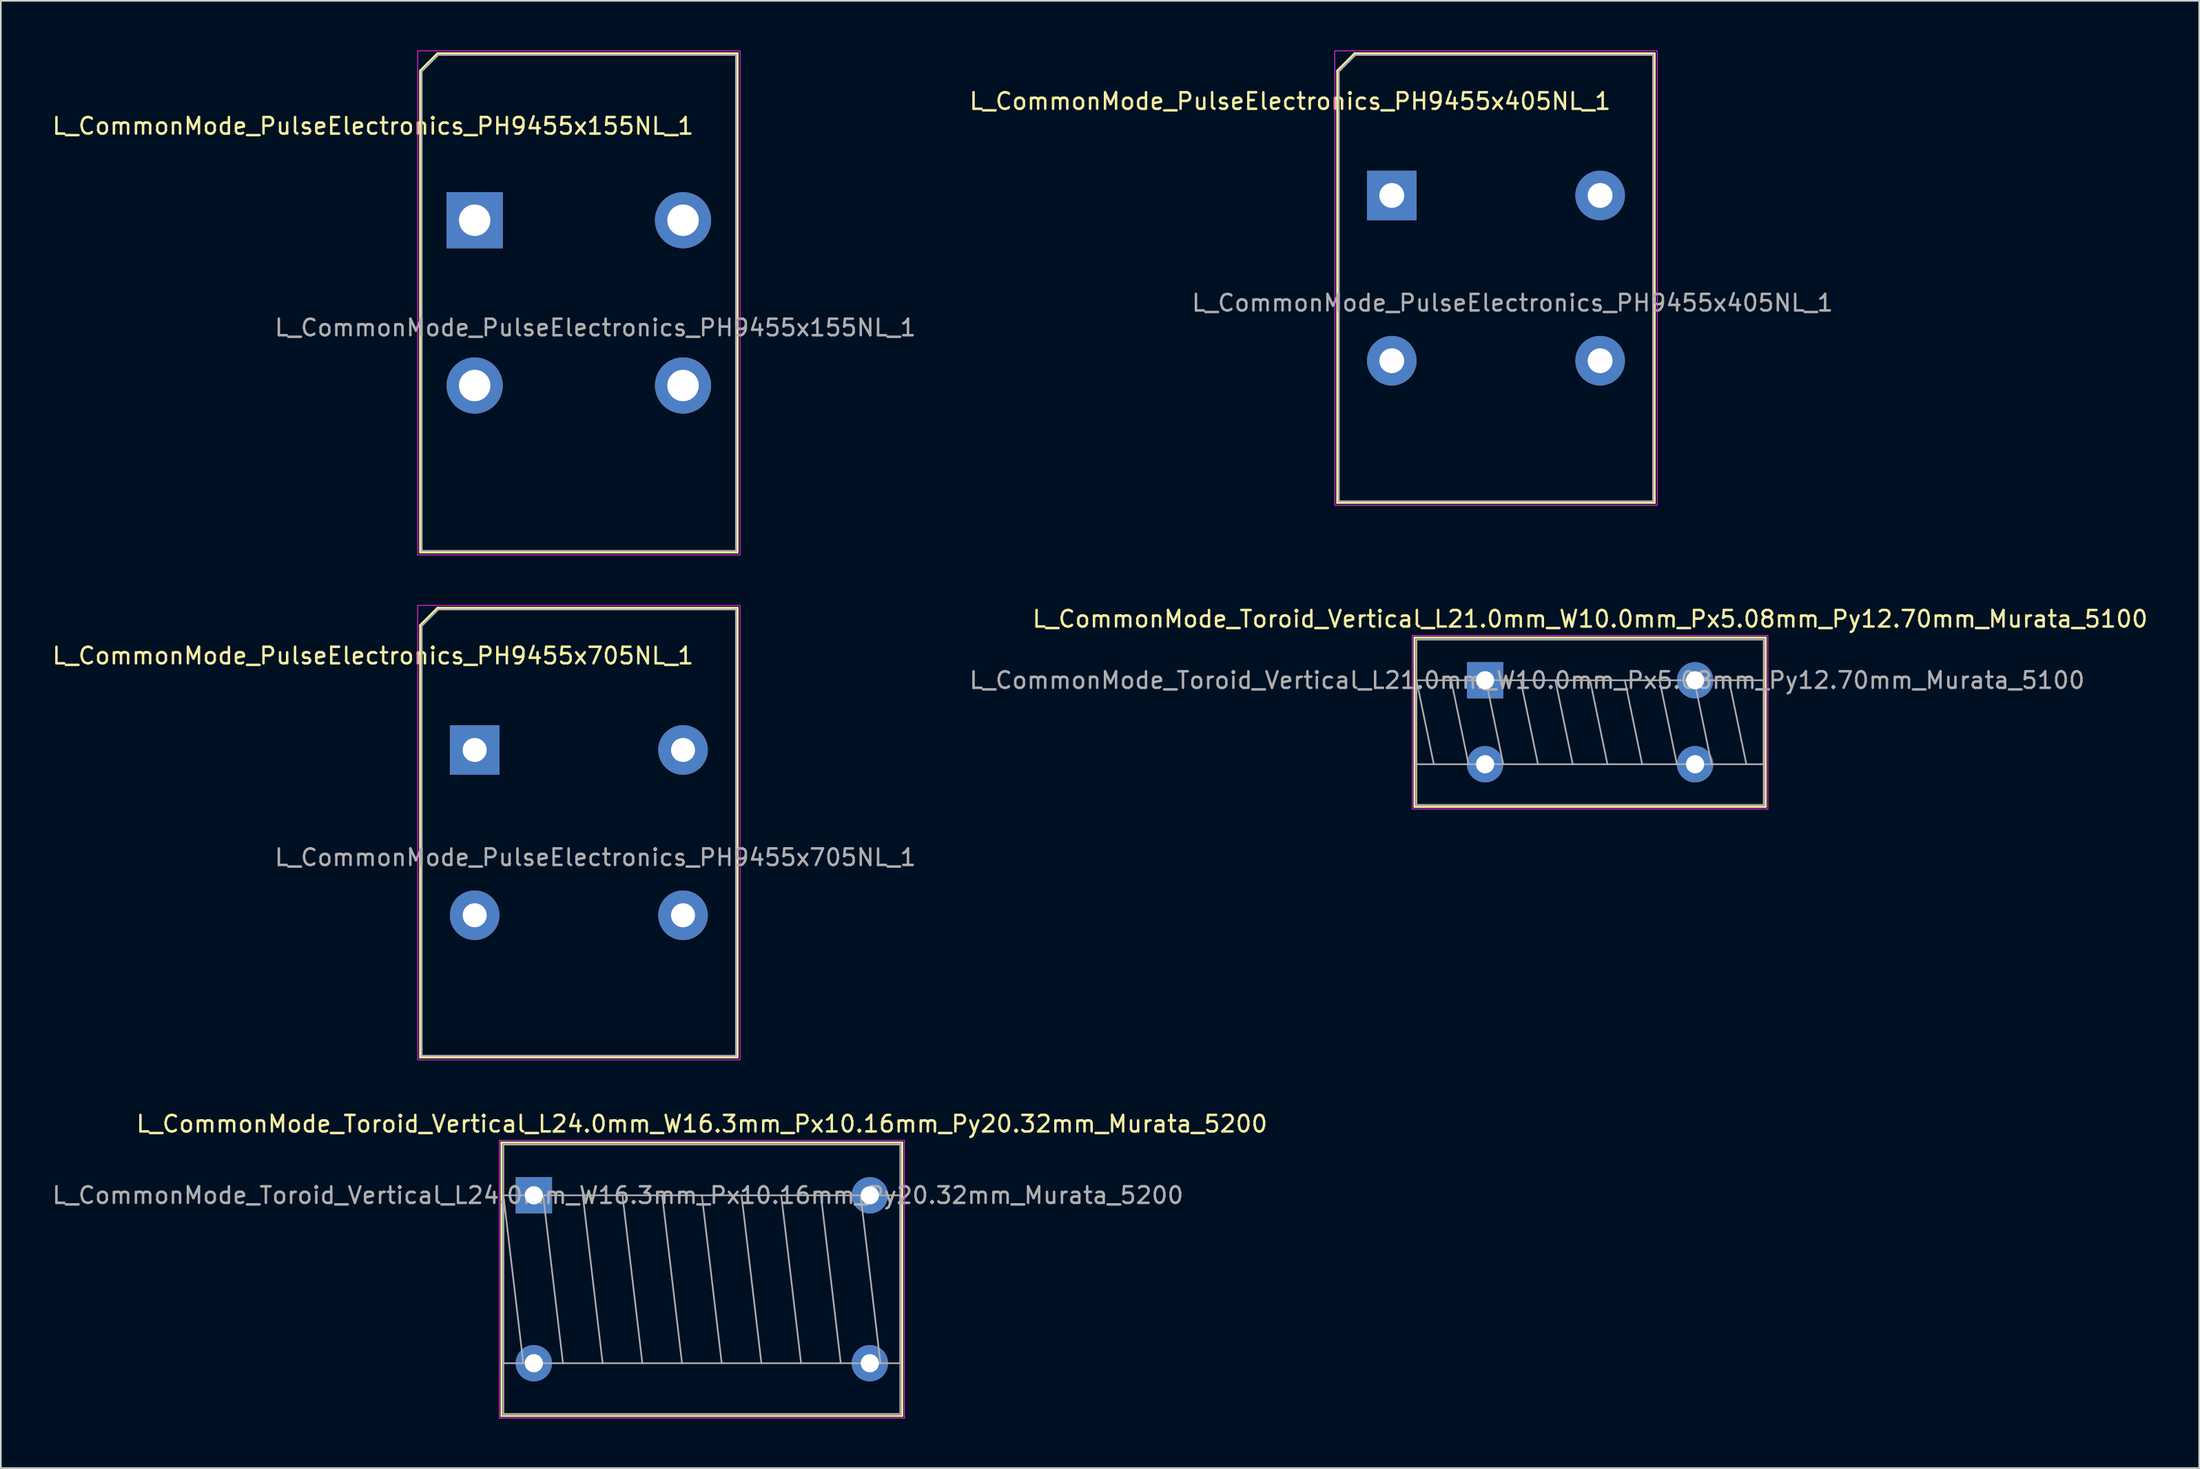
<source format=kicad_pcb>
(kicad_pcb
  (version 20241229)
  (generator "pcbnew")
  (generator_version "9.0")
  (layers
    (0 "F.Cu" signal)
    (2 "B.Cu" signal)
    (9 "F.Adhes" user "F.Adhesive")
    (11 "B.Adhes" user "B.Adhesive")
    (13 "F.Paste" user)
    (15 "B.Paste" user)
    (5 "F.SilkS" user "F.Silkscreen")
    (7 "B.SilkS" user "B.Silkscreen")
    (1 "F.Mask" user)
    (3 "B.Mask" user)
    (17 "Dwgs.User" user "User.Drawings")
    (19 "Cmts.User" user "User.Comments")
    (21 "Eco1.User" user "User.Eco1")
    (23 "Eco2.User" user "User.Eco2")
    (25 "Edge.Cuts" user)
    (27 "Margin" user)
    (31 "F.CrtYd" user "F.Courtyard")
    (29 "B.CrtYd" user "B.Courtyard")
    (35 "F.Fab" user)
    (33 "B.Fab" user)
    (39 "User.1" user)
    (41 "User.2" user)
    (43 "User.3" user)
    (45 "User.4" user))
  (footprint "L_CommonMode_PulseElectronics_PH9455x705NL_1"
    (layer "F.Cu")
    (at 25.656 42.325)
    (property "Reference" "L_CommonMode_PulseElectronics_PH9455x705NL_1" (at -6.15 -5.7 0) (unlocked yes) (layer "F.SilkS") (effects (font (size 1 1) (thickness 0.15))))
    (attr through_hole)
    (fp_line (start -3.3 -7.55) (end -3.3 18.6) (stroke (width 0.12) (type solid)) (layer "F.SilkS"))
    (fp_line (start -3.3 18.6) (end 15.9 18.6) (stroke (width 0.12) (type solid)) (layer "F.SilkS"))
    (fp_line (start -2.25 -8.6) (end -3.3 -7.55) (stroke (width 0.12) (type solid)) (layer "F.SilkS"))
    (fp_line (start 15.9 -8.6) (end -2.25 -8.6) (stroke (width 0.12) (type solid)) (layer "F.SilkS"))
    (fp_line (start 15.9 18.6) (end 15.9 -8.6) (stroke (width 0.12) (type solid)) (layer "F.SilkS"))
    (fp_rect (start -3.45 -8.75) (end 16.05 18.75) (stroke (width 0.05) (type solid)) (fill no) (layer "F.CrtYd"))
    (fp_line (start -3.2 -7.5) (end -2.2 -8.5) (stroke (width 0.1) (type solid)) (layer "F.Fab"))
    (fp_line (start -3.2 18.5) (end -3.2 -7.5) (stroke (width 0.1) (type solid)) (layer "F.Fab"))
    (fp_line (start -2.2 -8.5) (end 15.8 -8.5) (stroke (width 0.1) (type solid)) (layer "F.Fab"))
    (fp_line (start 15.8 -8.5) (end 15.8 18.5) (stroke (width 0.1) (type solid)) (layer "F.Fab"))
    (fp_line (start 15.8 18.5) (end -3.2 18.5) (stroke (width 0.1) (type solid)) (layer "F.Fab"))
    (fp_text user "${REFERENCE}" (at 7.3 6.5 0) (unlocked yes) (layer "F.Fab") (effects (font (size 1 1) (thickness 0.15))))
    (pad "1" thru_hole rect (at 0 0) (size 3 3) (drill 1.45) (layers "*.Cu" "*.Mask"))
    (pad "2" thru_hole circle (at 0 10) (size 3 3) (drill 1.45) (layers "*.Cu" "*.Mask"))
    (pad "3" thru_hole circle (at 12.6 10) (size 3 3) (drill 1.45) (layers "*.Cu" "*.Mask"))
    (pad "4" thru_hole circle (at 12.6 0) (size 3 3) (drill 1.45) (layers "*.Cu" "*.Mask")))
  (footprint "L_CommonMode_Toroid_Vertical_L24.0mm_W16.3mm_Px10.16mm_Py20.32mm_Murata_5200"
    (layer "F.Cu")
    (at 29.235 69.268)
    (property "Reference" "L_CommonMode_Toroid_Vertical_L24.0mm_W16.3mm_Px10.16mm_Py20.32mm_Murata_5200" (at 10.16 -4.32 0) (layer "F.SilkS") (effects (font (size 1 1) (thickness 0.15))))
    (attr through_hole)
    (fp_line (start -1.96 -3.19) (end -1.96 13.35) (stroke (width 0.12) (type solid)) (layer "F.SilkS"))
    (fp_line (start -1.96 -3.19) (end 22.28 -3.19) (stroke (width 0.12) (type solid)) (layer "F.SilkS"))
    (fp_line (start -1.96 13.35) (end 22.28 13.35) (stroke (width 0.12) (type solid)) (layer "F.SilkS"))
    (fp_line (start 22.28 -3.19) (end 22.28 13.35) (stroke (width 0.12) (type solid)) (layer "F.SilkS"))
    (fp_line (start -2.09 -3.32) (end -2.09 13.48) (stroke (width 0.05) (type solid)) (layer "F.CrtYd"))
    (fp_line (start -2.09 13.48) (end 22.41 13.48) (stroke (width 0.05) (type solid)) (layer "F.CrtYd"))
    (fp_line (start 22.41 -3.32) (end -2.09 -3.32) (stroke (width 0.05) (type solid)) (layer "F.CrtYd"))
    (fp_line (start 22.41 13.48) (end 22.41 -3.32) (stroke (width 0.05) (type solid)) (layer "F.CrtYd"))
    (fp_line (start -1.84 -3.07) (end -1.84 13.23) (stroke (width 0.1) (type solid)) (layer "F.Fab"))
    (fp_line (start -1.84 0) (end -1.84 10.16) (stroke (width 0.1) (type solid)) (layer "F.Fab"))
    (fp_line (start -1.84 0) (end -0.64 10.16) (stroke (width 0.1) (type solid)) (layer "F.Fab"))
    (fp_line (start -1.84 10.16) (end 22.16 10.16) (stroke (width 0.1) (type solid)) (layer "F.Fab"))
    (fp_line (start -1.84 13.23) (end 22.16 13.23) (stroke (width 0.1) (type solid)) (layer "F.Fab"))
    (fp_line (start 0.56 0) (end 1.76 10.16) (stroke (width 0.1) (type solid)) (layer "F.Fab"))
    (fp_line (start 2.96 0) (end 4.16 10.16) (stroke (width 0.1) (type solid)) (layer "F.Fab"))
    (fp_line (start 5.36 0) (end 6.56 10.16) (stroke (width 0.1) (type solid)) (layer "F.Fab"))
    (fp_line (start 7.76 0) (end 8.96 10.16) (stroke (width 0.1) (type solid)) (layer "F.Fab"))
    (fp_line (start 10.16 0) (end 11.36 10.16) (stroke (width 0.1) (type solid)) (layer "F.Fab"))
    (fp_line (start 12.56 0) (end 13.76 10.16) (stroke (width 0.1) (type solid)) (layer "F.Fab"))
    (fp_line (start 14.96 0) (end 16.16 10.16) (stroke (width 0.1) (type solid)) (layer "F.Fab"))
    (fp_line (start 17.36 0) (end 18.56 10.16) (stroke (width 0.1) (type solid)) (layer "F.Fab"))
    (fp_line (start 19.76 0) (end 20.96 10.16) (stroke (width 0.1) (type solid)) (layer "F.Fab"))
    (fp_line (start 22.16 -3.07) (end -1.84 -3.07) (stroke (width 0.1) (type solid)) (layer "F.Fab"))
    (fp_line (start 22.16 0) (end -1.84 0) (stroke (width 0.1) (type solid)) (layer "F.Fab"))
    (fp_line (start 22.16 10.16) (end 22.16 0) (stroke (width 0.1) (type solid)) (layer "F.Fab"))
    (fp_line (start 22.16 13.23) (end 22.16 -3.07) (stroke (width 0.1) (type solid)) (layer "F.Fab"))
    (fp_text user "${REFERENCE}" (at 5.08 0 0) (layer "F.Fab") (effects (font (size 1 1) (thickness 0.15))))
    (pad "1" thru_hole rect (at 0 0) (size 2.2 2.2) (drill 1.1) (layers "*.Cu" "*.Mask"))
    (pad "2" thru_hole circle (at 0 10.16) (size 2.2 2.2) (drill 1.1) (layers "*.Cu" "*.Mask"))
    (pad "3" thru_hole circle (at 20.32 10.16) (size 2.2 2.2) (drill 1.1) (layers "*.Cu" "*.Mask"))
    (pad "4" thru_hole circle (at 20.32 0) (size 2.2 2.2) (drill 1.1) (layers "*.Cu" "*.Mask")))
  (footprint "L_CommonMode_Toroid_Vertical_L21.0mm_W10.0mm_Px5.08mm_Py12.70mm_Murata_5100"
    (layer "F.Cu")
    (at 86.761 38.108)
    (property "Reference" "L_CommonMode_Toroid_Vertical_L21.0mm_W10.0mm_Px5.08mm_Py12.70mm_Murata_5100" (at 6.35 -3.71 0) (layer "F.SilkS") (effects (font (size 1 1) (thickness 0.15))))
    (attr through_hole)
    (fp_line (start -4.27 -2.58) (end -4.27 7.66) (stroke (width 0.12) (type solid)) (layer "F.SilkS"))
    (fp_line (start -4.27 -2.58) (end 16.97 -2.58) (stroke (width 0.12) (type solid)) (layer "F.SilkS"))
    (fp_line (start -4.27 7.66) (end 16.97 7.66) (stroke (width 0.12) (type solid)) (layer "F.SilkS"))
    (fp_line (start 16.97 -2.58) (end 16.97 7.66) (stroke (width 0.12) (type solid)) (layer "F.SilkS"))
    (fp_line (start -4.4 -2.71) (end -4.4 7.79) (stroke (width 0.05) (type solid)) (layer "F.CrtYd"))
    (fp_line (start -4.4 7.79) (end 17.1 7.79) (stroke (width 0.05) (type solid)) (layer "F.CrtYd"))
    (fp_line (start 17.1 -2.71) (end -4.4 -2.71) (stroke (width 0.05) (type solid)) (layer "F.CrtYd"))
    (fp_line (start 17.1 7.79) (end 17.1 -2.71) (stroke (width 0.05) (type solid)) (layer "F.CrtYd"))
    (fp_line (start -4.15 -2.46) (end -4.15 7.54) (stroke (width 0.1) (type solid)) (layer "F.Fab"))
    (fp_line (start -4.15 0) (end -4.15 5.08) (stroke (width 0.1) (type solid)) (layer "F.Fab"))
    (fp_line (start -4.15 0) (end -3.1 5.08) (stroke (width 0.1) (type solid)) (layer "F.Fab"))
    (fp_line (start -4.15 5.08) (end 16.85 5.08) (stroke (width 0.1) (type solid)) (layer "F.Fab"))
    (fp_line (start -4.15 7.54) (end 16.85 7.54) (stroke (width 0.1) (type solid)) (layer "F.Fab"))
    (fp_line (start -2.05 0) (end -1 5.08) (stroke (width 0.1) (type solid)) (layer "F.Fab"))
    (fp_line (start 0.05 0) (end 1.1 5.08) (stroke (width 0.1) (type solid)) (layer "F.Fab"))
    (fp_line (start 2.15 0) (end 3.2 5.08) (stroke (width 0.1) (type solid)) (layer "F.Fab"))
    (fp_line (start 4.25 0) (end 5.3 5.08) (stroke (width 0.1) (type solid)) (layer "F.Fab"))
    (fp_line (start 6.35 0) (end 7.4 5.08) (stroke (width 0.1) (type solid)) (layer "F.Fab"))
    (fp_line (start 8.45 0) (end 9.5 5.08) (stroke (width 0.1) (type solid)) (layer "F.Fab"))
    (fp_line (start 10.55 0) (end 11.6 5.08) (stroke (width 0.1) (type solid)) (layer "F.Fab"))
    (fp_line (start 12.65 0) (end 13.7 5.08) (stroke (width 0.1) (type solid)) (layer "F.Fab"))
    (fp_line (start 14.75 0) (end 15.8 5.08) (stroke (width 0.1) (type solid)) (layer "F.Fab"))
    (fp_line (start 16.85 -2.46) (end -4.15 -2.46) (stroke (width 0.1) (type solid)) (layer "F.Fab"))
    (fp_line (start 16.85 0) (end -4.15 0) (stroke (width 0.1) (type solid)) (layer "F.Fab"))
    (fp_line (start 16.85 5.08) (end 16.85 0) (stroke (width 0.1) (type solid)) (layer "F.Fab"))
    (fp_line (start 16.85 7.54) (end 16.85 -2.46) (stroke (width 0.1) (type solid)) (layer "F.Fab"))
    (fp_text user "${REFERENCE}" (at 2.54 0 0) (layer "F.Fab") (effects (font (size 1 1) (thickness 0.15))))
    (pad "1" thru_hole rect (at 0 0) (size 2.2 2.2) (drill 1.1) (layers "*.Cu" "*.Mask"))
    (pad "2" thru_hole circle (at 0 5.08) (size 2.2 2.2) (drill 1.1) (layers "*.Cu" "*.Mask"))
    (pad "3" thru_hole circle (at 12.7 5.08) (size 2.2 2.2) (drill 1.1) (layers "*.Cu" "*.Mask"))
    (pad "4" thru_hole circle (at 12.7 0) (size 2.2 2.2) (drill 1.1) (layers "*.Cu" "*.Mask")))
  (footprint "L_CommonMode_PulseElectronics_PH9455x405NL_1"
    (layer "F.Cu")
    (at 81.118 8.775)
    (property "Reference" "L_CommonMode_PulseElectronics_PH9455x405NL_1" (at -6.15 -5.7 0) (unlocked yes) (layer "F.SilkS") (effects (font (size 1 1) (thickness 0.15))))
    (attr through_hole)
    (fp_line (start -3.3 -7.55) (end -3.3 18.6) (stroke (width 0.12) (type solid)) (layer "F.SilkS"))
    (fp_line (start -3.3 18.6) (end 15.9 18.6) (stroke (width 0.12) (type solid)) (layer "F.SilkS"))
    (fp_line (start -2.25 -8.6) (end -3.3 -7.55) (stroke (width 0.12) (type solid)) (layer "F.SilkS"))
    (fp_line (start 15.9 -8.6) (end -2.25 -8.6) (stroke (width 0.12) (type solid)) (layer "F.SilkS"))
    (fp_line (start 15.9 18.6) (end 15.9 -8.6) (stroke (width 0.12) (type solid)) (layer "F.SilkS"))
    (fp_rect (start -3.45 -8.75) (end 16.05 18.75) (stroke (width 0.05) (type solid)) (fill no) (layer "F.CrtYd"))
    (fp_line (start -3.2 -7.5) (end -2.2 -8.5) (stroke (width 0.1) (type solid)) (layer "F.Fab"))
    (fp_line (start -3.2 18.5) (end -3.2 -7.5) (stroke (width 0.1) (type solid)) (layer "F.Fab"))
    (fp_line (start -2.2 -8.5) (end 15.8 -8.5) (stroke (width 0.1) (type solid)) (layer "F.Fab"))
    (fp_line (start 15.8 -8.5) (end 15.8 18.5) (stroke (width 0.1) (type solid)) (layer "F.Fab"))
    (fp_line (start 15.8 18.5) (end -3.2 18.5) (stroke (width 0.1) (type solid)) (layer "F.Fab"))
    (fp_text user "${REFERENCE}" (at 7.3 6.5 0) (unlocked yes) (layer "F.Fab") (effects (font (size 1 1) (thickness 0.15))))
    (pad "1" thru_hole rect (at 0 0) (size 3 3) (drill 1.5) (layers "*.Cu" "*.Mask"))
    (pad "2" thru_hole circle (at 0 10) (size 3 3) (drill 1.5) (layers "*.Cu" "*.Mask"))
    (pad "3" thru_hole circle (at 12.6 10) (size 3 3) (drill 1.5) (layers "*.Cu" "*.Mask"))
    (pad "4" thru_hole circle (at 12.6 0) (size 3 3) (drill 1.5) (layers "*.Cu" "*.Mask")))
  (footprint "L_CommonMode_PulseElectronics_PH9455x155NL_1"
    (layer "F.Cu")
    (at 25.656 10.275)
    (property "Reference" "L_CommonMode_PulseElectronics_PH9455x155NL_1" (at -6.15 -5.7 0) (unlocked yes) (layer "F.SilkS") (effects (font (size 1 1) (thickness 0.15))))
    (attr through_hole)
    (fp_line (start -3.3 -9.05) (end -3.3 20.1) (stroke (width 0.12) (type solid)) (layer "F.SilkS"))
    (fp_line (start -3.3 20.1) (end 15.9 20.1) (stroke (width 0.12) (type solid)) (layer "F.SilkS"))
    (fp_line (start -2.25 -10.1) (end -3.3 -9.05) (stroke (width 0.12) (type solid)) (layer "F.SilkS"))
    (fp_line (start 15.9 -10.1) (end -2.25 -10.1) (stroke (width 0.12) (type solid)) (layer "F.SilkS"))
    (fp_line (start 15.9 20.1) (end 15.9 -10.1) (stroke (width 0.12) (type solid)) (layer "F.SilkS"))
    (fp_rect (start -3.45 -10.25) (end 16.05 20.25) (stroke (width 0.05) (type solid)) (fill no) (layer "F.CrtYd"))
    (fp_line (start -3.2 -9) (end -2.2 -10) (stroke (width 0.1) (type solid)) (layer "F.Fab"))
    (fp_line (start -3.2 20) (end -3.2 -9) (stroke (width 0.1) (type solid)) (layer "F.Fab"))
    (fp_line (start -2.2 -10) (end 15.8 -10) (stroke (width 0.1) (type solid)) (layer "F.Fab"))
    (fp_line (start 15.8 -10) (end 15.8 20) (stroke (width 0.1) (type solid)) (layer "F.Fab"))
    (fp_line (start 15.8 20) (end -3.2 20) (stroke (width 0.1) (type solid)) (layer "F.Fab"))
    (fp_text user "${REFERENCE}" (at 7.3 6.5 0) (unlocked yes) (layer "F.Fab") (effects (font (size 1 1) (thickness 0.15))))
    (pad "1" thru_hole rect (at 0 0) (size 3.4 3.4) (drill 1.9) (layers "*.Cu" "*.Mask"))
    (pad "2" thru_hole circle (at 0 10) (size 3.4 3.4) (drill 1.9) (layers "*.Cu" "*.Mask"))
    (pad "3" thru_hole circle (at 12.6 10) (size 3.4 3.4) (drill 1.9) (layers "*.Cu" "*.Mask"))
    (pad "4" thru_hole circle (at 12.6 0) (size 3.4 3.4) (drill 1.9) (layers "*.Cu" "*.Mask")))
  (gr_rect
    (start -3 -3)
    (end 129.95 85.773)
    (stroke (width 0.1) (type default))
    (fill no)
    (layer "Edge.Cuts")))
</source>
